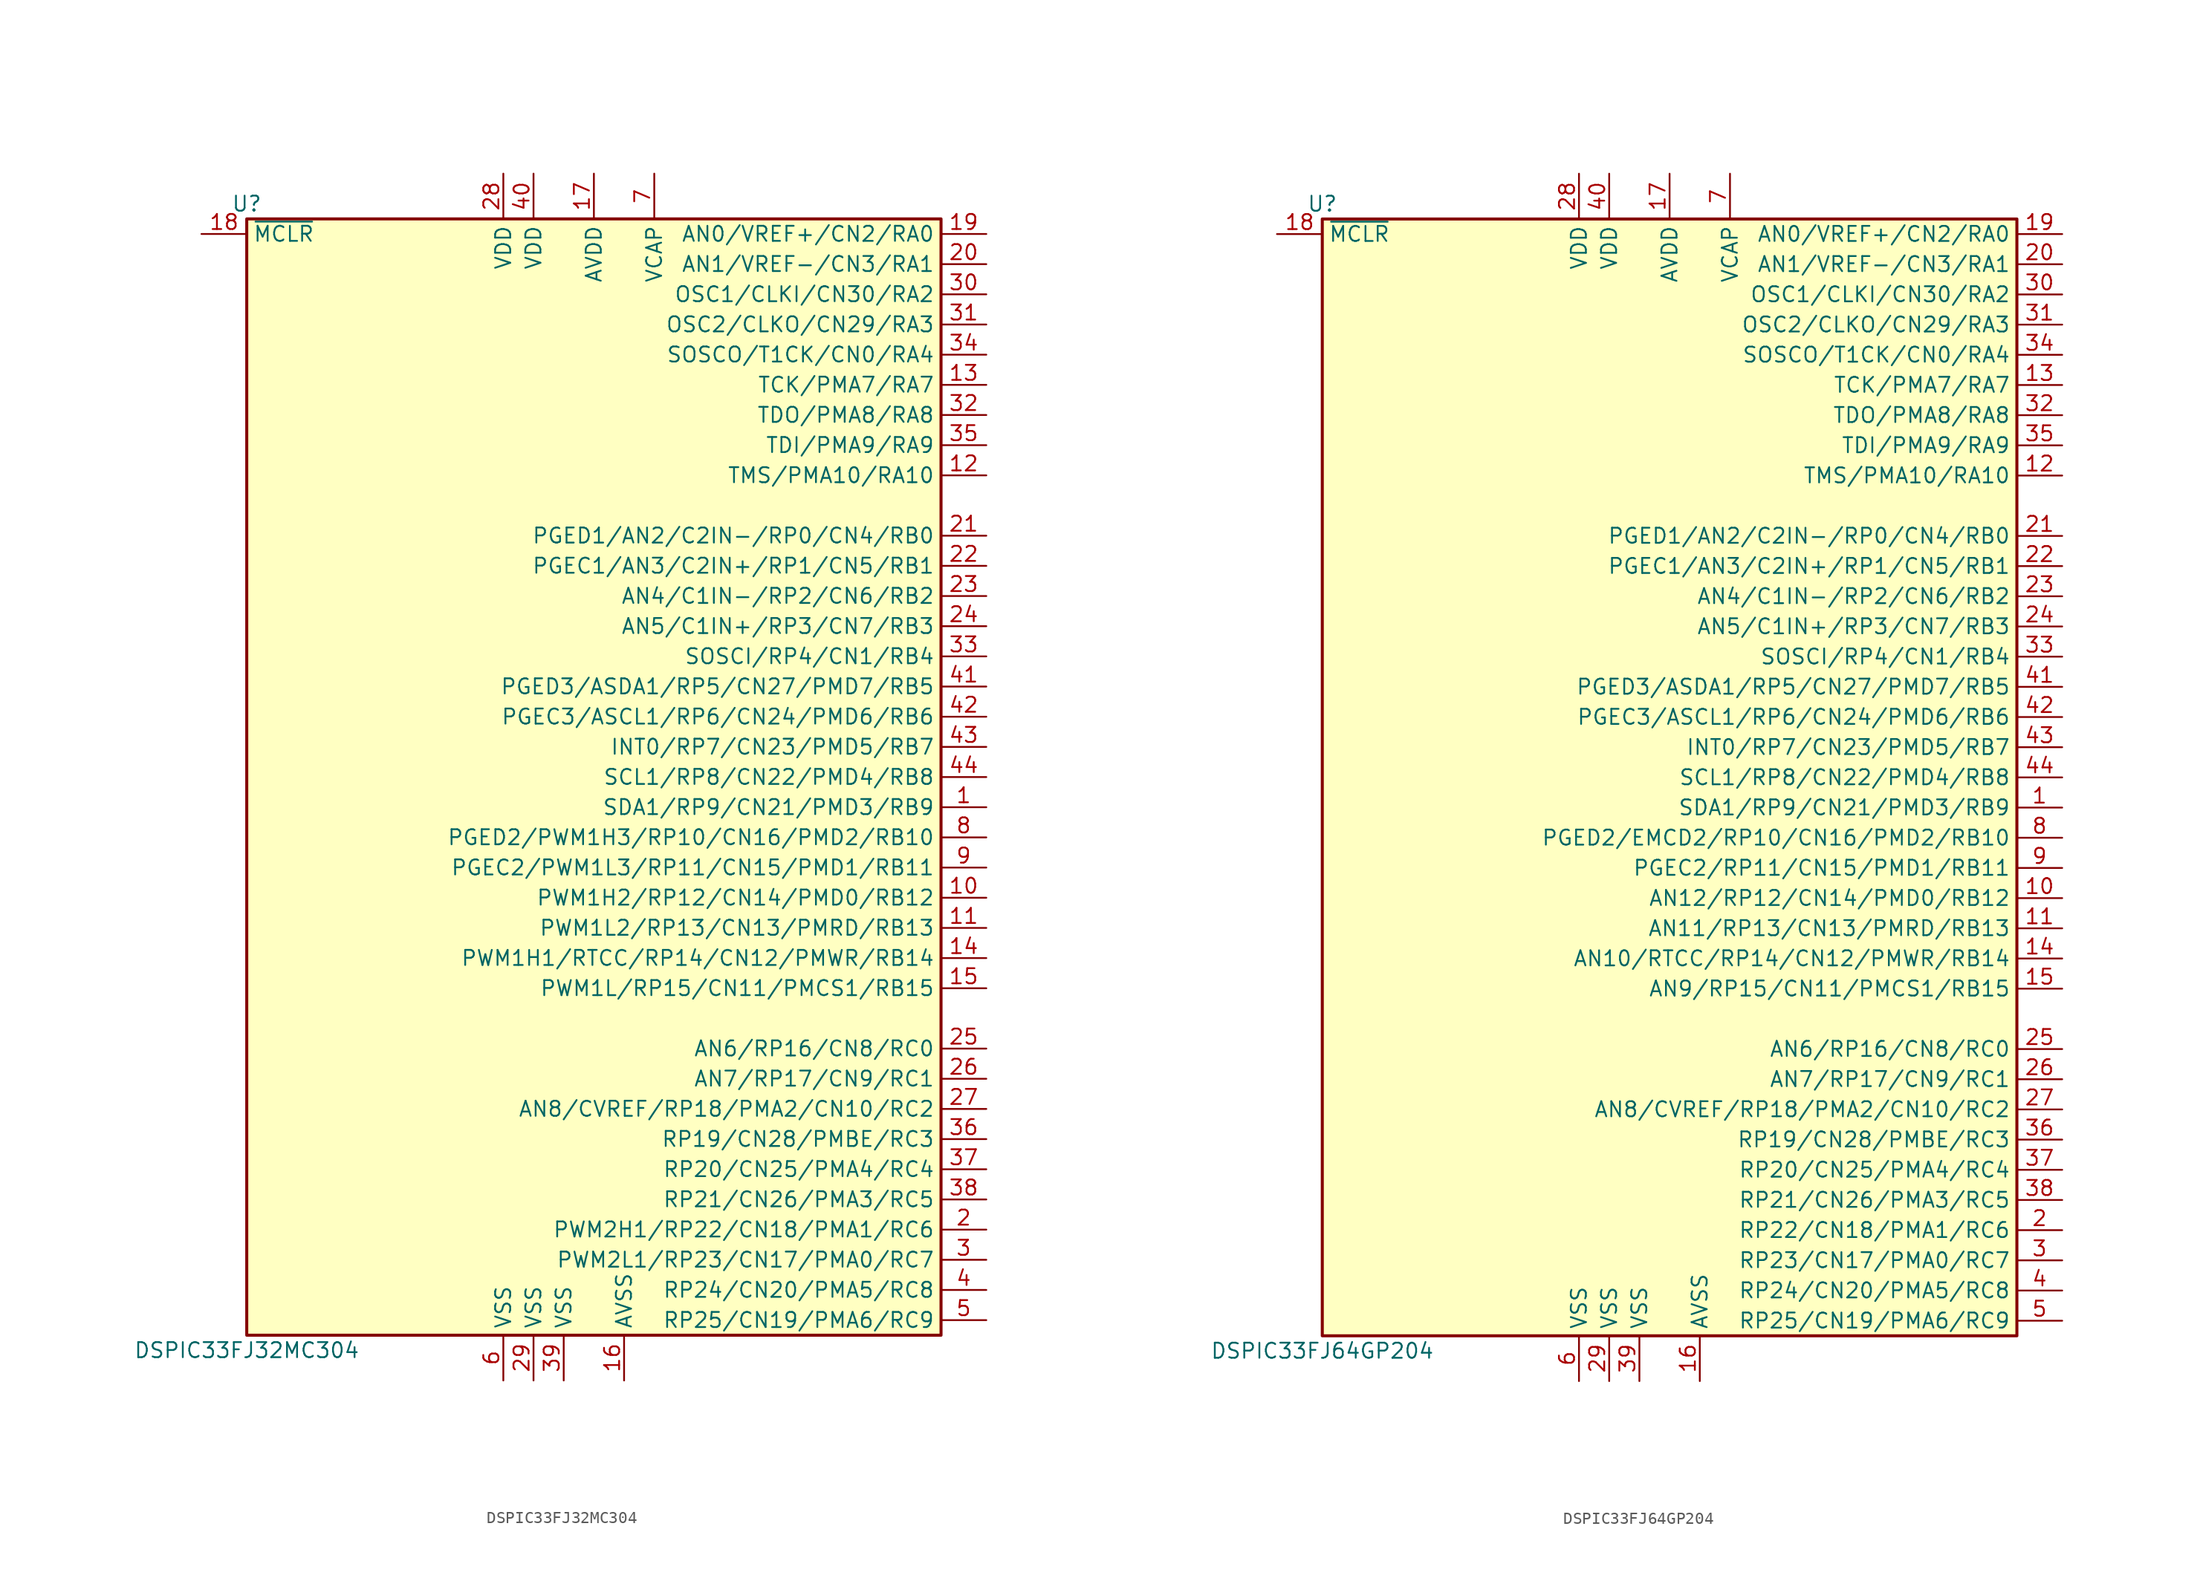
<source format=kicad_sym>
(kicad_symbol_lib
  (version 20200908)
  (generator kicad_symbol_editor)
  (symbol "DSP_Microchip_DSPIC33:DSPIC33FJ32MC304"
    (property "Reference" "U"
      (at -29.21 48.26 0)
      (effects (font (size 1.27 1.27))))
    (property "Value" "DSPIC33FJ32MC304"
      (at -29.21 -48.26 0)
      (effects (font (size 1.27 1.27))))
    (symbol "DSPIC33FJ32MC304_1_1"
      (rectangle (start -29.21 46.99) (end 29.21 -46.99) (stroke (width 0.254)) (fill (type background)))
      (pin bidirectional line (at 33.02 -2.54 180) (length 3.81) (name "SDA1/RP9/CN21/PMD3/RB9" (effects (font (size 1.27 1.27)))) (number "1" (effects (font (size 1.27 1.27)))))
      (pin bidirectional line (at 33.02 -10.16 180) (length 3.81) (name "PWM1H2/RP12/CN14/PMD0/RB12" (effects (font (size 1.27 1.27)))) (number "10" (effects (font (size 1.27 1.27)))))
      (pin bidirectional line (at 33.02 -12.7 180) (length 3.81) (name "PWM1L2/RP13/CN13/PMRD/RB13" (effects (font (size 1.27 1.27)))) (number "11" (effects (font (size 1.27 1.27)))))
      (pin bidirectional line (at 33.02 25.4 180) (length 3.81) (name "TMS/PMA10/RA10" (effects (font (size 1.27 1.27)))) (number "12" (effects (font (size 1.27 1.27)))))
      (pin bidirectional line (at 33.02 33.02 180) (length 3.81) (name "TCK/PMA7/RA7" (effects (font (size 1.27 1.27)))) (number "13" (effects (font (size 1.27 1.27)))))
      (pin bidirectional line (at 33.02 -15.24 180) (length 3.81) (name "PWM1H1/RTCC/RP14/CN12/PMWR/RB14" (effects (font (size 1.27 1.27)))) (number "14" (effects (font (size 1.27 1.27)))))
      (pin bidirectional line (at 33.02 -17.78 180) (length 3.81) (name "PWM1L/RP15/CN11/PMCS1/RB15" (effects (font (size 1.27 1.27)))) (number "15" (effects (font (size 1.27 1.27)))))
      (pin power_in line (at 2.54 -50.8 90) (length 3.81) (name "AVSS" (effects (font (size 1.27 1.27)))) (number "16" (effects (font (size 1.27 1.27)))))
      (pin power_in line (at 0 50.8 270) (length 3.81) (name "AVDD" (effects (font (size 1.27 1.27)))) (number "17" (effects (font (size 1.27 1.27)))))
      (pin input line (at -33.02 45.72 0) (length 3.81) (name "~MCLR" (effects (font (size 1.27 1.27)))) (number "18" (effects (font (size 1.27 1.27)))))
      (pin bidirectional line (at 33.02 45.72 180) (length 3.81) (name "AN0/VREF+/CN2/RA0" (effects (font (size 1.27 1.27)))) (number "19" (effects (font (size 1.27 1.27)))))
      (pin bidirectional line (at 33.02 -38.1 180) (length 3.81) (name "PWM2H1/RP22/CN18/PMA1/RC6" (effects (font (size 1.27 1.27)))) (number "2" (effects (font (size 1.27 1.27)))))
      (pin bidirectional line (at 33.02 43.18 180) (length 3.81) (name "AN1/VREF-/CN3/RA1" (effects (font (size 1.27 1.27)))) (number "20" (effects (font (size 1.27 1.27)))))
      (pin bidirectional line (at 33.02 20.32 180) (length 3.81) (name "PGED1/AN2/C2IN-/RP0/CN4/RB0" (effects (font (size 1.27 1.27)))) (number "21" (effects (font (size 1.27 1.27)))))
      (pin bidirectional line (at 33.02 17.78 180) (length 3.81) (name "PGEC1/AN3/C2IN+/RP1/CN5/RB1" (effects (font (size 1.27 1.27)))) (number "22" (effects (font (size 1.27 1.27)))))
      (pin bidirectional line (at 33.02 15.24 180) (length 3.81) (name "AN4/C1IN-/RP2/CN6/RB2" (effects (font (size 1.27 1.27)))) (number "23" (effects (font (size 1.27 1.27)))))
      (pin bidirectional line (at 33.02 12.7 180) (length 3.81) (name "AN5/C1IN+/RP3/CN7/RB3" (effects (font (size 1.27 1.27)))) (number "24" (effects (font (size 1.27 1.27)))))
      (pin bidirectional line (at 33.02 -22.86 180) (length 3.81) (name "AN6/RP16/CN8/RC0" (effects (font (size 1.27 1.27)))) (number "25" (effects (font (size 1.27 1.27)))))
      (pin bidirectional line (at 33.02 -25.4 180) (length 3.81) (name "AN7/RP17/CN9/RC1" (effects (font (size 1.27 1.27)))) (number "26" (effects (font (size 1.27 1.27)))))
      (pin bidirectional line (at 33.02 -27.94 180) (length 3.81) (name "AN8/CVREF/RP18/PMA2/CN10/RC2" (effects (font (size 1.27 1.27)))) (number "27" (effects (font (size 1.27 1.27)))))
      (pin power_in line (at -7.62 50.8 270) (length 3.81) (name "VDD" (effects (font (size 1.27 1.27)))) (number "28" (effects (font (size 1.27 1.27)))))
      (pin power_in line (at -5.08 -50.8 90) (length 3.81) (name "VSS" (effects (font (size 1.27 1.27)))) (number "29" (effects (font (size 1.27 1.27)))))
      (pin bidirectional line (at 33.02 -40.64 180) (length 3.81) (name "PWM2L1/RP23/CN17/PMA0/RC7" (effects (font (size 1.27 1.27)))) (number "3" (effects (font (size 1.27 1.27)))))
      (pin input line (at 33.02 40.64 180) (length 3.81) (name "OSC1/CLKI/CN30/RA2" (effects (font (size 1.27 1.27)))) (number "30" (effects (font (size 1.27 1.27)))))
      (pin input line (at 33.02 38.1 180) (length 3.81) (name "OSC2/CLKO/CN29/RA3" (effects (font (size 1.27 1.27)))) (number "31" (effects (font (size 1.27 1.27)))))
      (pin input line (at 33.02 30.48 180) (length 3.81) (name "TDO/PMA8/RA8" (effects (font (size 1.27 1.27)))) (number "32" (effects (font (size 1.27 1.27)))))
      (pin input line (at 33.02 10.16 180) (length 3.81) (name "SOSCI/RP4/CN1/RB4" (effects (font (size 1.27 1.27)))) (number "33" (effects (font (size 1.27 1.27)))))
      (pin input line (at 33.02 35.56 180) (length 3.81) (name "SOSCO/T1CK/CN0/RA4" (effects (font (size 1.27 1.27)))) (number "34" (effects (font (size 1.27 1.27)))))
      (pin input line (at 33.02 27.94 180) (length 3.81) (name "TDI/PMA9/RA9" (effects (font (size 1.27 1.27)))) (number "35" (effects (font (size 1.27 1.27)))))
      (pin input line (at 33.02 -30.48 180) (length 3.81) (name "RP19/CN28/PMBE/RC3" (effects (font (size 1.27 1.27)))) (number "36" (effects (font (size 1.27 1.27)))))
      (pin input line (at 33.02 -33.02 180) (length 3.81) (name "RP20/CN25/PMA4/RC4" (effects (font (size 1.27 1.27)))) (number "37" (effects (font (size 1.27 1.27)))))
      (pin input line (at 33.02 -35.56 180) (length 3.81) (name "RP21/CN26/PMA3/RC5" (effects (font (size 1.27 1.27)))) (number "38" (effects (font (size 1.27 1.27)))))
      (pin power_in line (at -2.54 -50.8 90) (length 3.81) (name "VSS" (effects (font (size 1.27 1.27)))) (number "39" (effects (font (size 1.27 1.27)))))
      (pin bidirectional line (at 33.02 -43.18 180) (length 3.81) (name "RP24/CN20/PMA5/RC8" (effects (font (size 1.27 1.27)))) (number "4" (effects (font (size 1.27 1.27)))))
      (pin power_in line (at -5.08 50.8 270) (length 3.81) (name "VDD" (effects (font (size 1.27 1.27)))) (number "40" (effects (font (size 1.27 1.27)))))
      (pin input line (at 33.02 7.62 180) (length 3.81) (name "PGED3/ASDA1/RP5/CN27/PMD7/RB5" (effects (font (size 1.27 1.27)))) (number "41" (effects (font (size 1.27 1.27)))))
      (pin input line (at 33.02 5.08 180) (length 3.81) (name "PGEC3/ASCL1/RP6/CN24/PMD6/RB6" (effects (font (size 1.27 1.27)))) (number "42" (effects (font (size 1.27 1.27)))))
      (pin input line (at 33.02 2.54 180) (length 3.81) (name "INT0/RP7/CN23/PMD5/RB7" (effects (font (size 1.27 1.27)))) (number "43" (effects (font (size 1.27 1.27)))))
      (pin input line (at 33.02 0 180) (length 3.81) (name "SCL1/RP8/CN22/PMD4/RB8" (effects (font (size 1.27 1.27)))) (number "44" (effects (font (size 1.27 1.27)))))
      (pin bidirectional line (at 33.02 -45.72 180) (length 3.81) (name "RP25/CN19/PMA6/RC9" (effects (font (size 1.27 1.27)))) (number "5" (effects (font (size 1.27 1.27)))))
      (pin power_in line (at -7.62 -50.8 90) (length 3.81) (name "VSS" (effects (font (size 1.27 1.27)))) (number "6" (effects (font (size 1.27 1.27)))))
      (pin power_in line (at 5.08 50.8 270) (length 3.81) (name "VCAP" (effects (font (size 1.27 1.27)))) (number "7" (effects (font (size 1.27 1.27)))))
      (pin bidirectional line (at 33.02 -5.08 180) (length 3.81) (name "PGED2/PWM1H3/RP10/CN16/PMD2/RB10" (effects (font (size 1.27 1.27)))) (number "8" (effects (font (size 1.27 1.27)))))
      (pin bidirectional line (at 33.02 -7.62 180) (length 3.81) (name "PGEC2/PWM1L3/RP11/CN15/PMD1/RB11" (effects (font (size 1.27 1.27)))) (number "9" (effects (font (size 1.27 1.27)))))))
  (symbol "DSP_Microchip_DSPIC33:DSPIC33FJ64GP204"
    (property "Reference" "U"
      (at -29.21 48.26 0)
      (effects (font (size 1.27 1.27))))
    (property "Value" "DSPIC33FJ64GP204"
      (at -29.21 -48.26 0)
      (effects (font (size 1.27 1.27))))
    (symbol "DSPIC33FJ64GP204_1_1"
      (rectangle (start -29.21 46.99) (end 29.21 -46.99) (stroke (width 0.254)) (fill (type background)))
      (pin bidirectional line (at 33.02 -2.54 180) (length 3.81) (name "SDA1/RP9/CN21/PMD3/RB9" (effects (font (size 1.27 1.27)))) (number "1" (effects (font (size 1.27 1.27)))))
      (pin bidirectional line (at 33.02 -10.16 180) (length 3.81) (name "AN12/RP12/CN14/PMD0/RB12" (effects (font (size 1.27 1.27)))) (number "10" (effects (font (size 1.27 1.27)))))
      (pin bidirectional line (at 33.02 -12.7 180) (length 3.81) (name "AN11/RP13/CN13/PMRD/RB13" (effects (font (size 1.27 1.27)))) (number "11" (effects (font (size 1.27 1.27)))))
      (pin bidirectional line (at 33.02 25.4 180) (length 3.81) (name "TMS/PMA10/RA10" (effects (font (size 1.27 1.27)))) (number "12" (effects (font (size 1.27 1.27)))))
      (pin bidirectional line (at 33.02 33.02 180) (length 3.81) (name "TCK/PMA7/RA7" (effects (font (size 1.27 1.27)))) (number "13" (effects (font (size 1.27 1.27)))))
      (pin bidirectional line (at 33.02 -15.24 180) (length 3.81) (name "AN10/RTCC/RP14/CN12/PMWR/RB14" (effects (font (size 1.27 1.27)))) (number "14" (effects (font (size 1.27 1.27)))))
      (pin bidirectional line (at 33.02 -17.78 180) (length 3.81) (name "AN9/RP15/CN11/PMCS1/RB15" (effects (font (size 1.27 1.27)))) (number "15" (effects (font (size 1.27 1.27)))))
      (pin power_in line (at 2.54 -50.8 90) (length 3.81) (name "AVSS" (effects (font (size 1.27 1.27)))) (number "16" (effects (font (size 1.27 1.27)))))
      (pin power_in line (at 0 50.8 270) (length 3.81) (name "AVDD" (effects (font (size 1.27 1.27)))) (number "17" (effects (font (size 1.27 1.27)))))
      (pin input line (at -33.02 45.72 0) (length 3.81) (name "~MCLR" (effects (font (size 1.27 1.27)))) (number "18" (effects (font (size 1.27 1.27)))))
      (pin bidirectional line (at 33.02 45.72 180) (length 3.81) (name "AN0/VREF+/CN2/RA0" (effects (font (size 1.27 1.27)))) (number "19" (effects (font (size 1.27 1.27)))))
      (pin bidirectional line (at 33.02 -38.1 180) (length 3.81) (name "RP22/CN18/PMA1/RC6" (effects (font (size 1.27 1.27)))) (number "2" (effects (font (size 1.27 1.27)))))
      (pin bidirectional line (at 33.02 43.18 180) (length 3.81) (name "AN1/VREF-/CN3/RA1" (effects (font (size 1.27 1.27)))) (number "20" (effects (font (size 1.27 1.27)))))
      (pin bidirectional line (at 33.02 20.32 180) (length 3.81) (name "PGED1/AN2/C2IN-/RP0/CN4/RB0" (effects (font (size 1.27 1.27)))) (number "21" (effects (font (size 1.27 1.27)))))
      (pin bidirectional line (at 33.02 17.78 180) (length 3.81) (name "PGEC1/AN3/C2IN+/RP1/CN5/RB1" (effects (font (size 1.27 1.27)))) (number "22" (effects (font (size 1.27 1.27)))))
      (pin bidirectional line (at 33.02 15.24 180) (length 3.81) (name "AN4/C1IN-/RP2/CN6/RB2" (effects (font (size 1.27 1.27)))) (number "23" (effects (font (size 1.27 1.27)))))
      (pin bidirectional line (at 33.02 12.7 180) (length 3.81) (name "AN5/C1IN+/RP3/CN7/RB3" (effects (font (size 1.27 1.27)))) (number "24" (effects (font (size 1.27 1.27)))))
      (pin bidirectional line (at 33.02 -22.86 180) (length 3.81) (name "AN6/RP16/CN8/RC0" (effects (font (size 1.27 1.27)))) (number "25" (effects (font (size 1.27 1.27)))))
      (pin bidirectional line (at 33.02 -25.4 180) (length 3.81) (name "AN7/RP17/CN9/RC1" (effects (font (size 1.27 1.27)))) (number "26" (effects (font (size 1.27 1.27)))))
      (pin bidirectional line (at 33.02 -27.94 180) (length 3.81) (name "AN8/CVREF/RP18/PMA2/CN10/RC2" (effects (font (size 1.27 1.27)))) (number "27" (effects (font (size 1.27 1.27)))))
      (pin power_in line (at -7.62 50.8 270) (length 3.81) (name "VDD" (effects (font (size 1.27 1.27)))) (number "28" (effects (font (size 1.27 1.27)))))
      (pin power_in line (at -5.08 -50.8 90) (length 3.81) (name "VSS" (effects (font (size 1.27 1.27)))) (number "29" (effects (font (size 1.27 1.27)))))
      (pin bidirectional line (at 33.02 -40.64 180) (length 3.81) (name "RP23/CN17/PMA0/RC7" (effects (font (size 1.27 1.27)))) (number "3" (effects (font (size 1.27 1.27)))))
      (pin input line (at 33.02 40.64 180) (length 3.81) (name "OSC1/CLKI/CN30/RA2" (effects (font (size 1.27 1.27)))) (number "30" (effects (font (size 1.27 1.27)))))
      (pin input line (at 33.02 38.1 180) (length 3.81) (name "OSC2/CLKO/CN29/RA3" (effects (font (size 1.27 1.27)))) (number "31" (effects (font (size 1.27 1.27)))))
      (pin input line (at 33.02 30.48 180) (length 3.81) (name "TDO/PMA8/RA8" (effects (font (size 1.27 1.27)))) (number "32" (effects (font (size 1.27 1.27)))))
      (pin input line (at 33.02 10.16 180) (length 3.81) (name "SOSCI/RP4/CN1/RB4" (effects (font (size 1.27 1.27)))) (number "33" (effects (font (size 1.27 1.27)))))
      (pin input line (at 33.02 35.56 180) (length 3.81) (name "SOSCO/T1CK/CN0/RA4" (effects (font (size 1.27 1.27)))) (number "34" (effects (font (size 1.27 1.27)))))
      (pin input line (at 33.02 27.94 180) (length 3.81) (name "TDI/PMA9/RA9" (effects (font (size 1.27 1.27)))) (number "35" (effects (font (size 1.27 1.27)))))
      (pin input line (at 33.02 -30.48 180) (length 3.81) (name "RP19/CN28/PMBE/RC3" (effects (font (size 1.27 1.27)))) (number "36" (effects (font (size 1.27 1.27)))))
      (pin input line (at 33.02 -33.02 180) (length 3.81) (name "RP20/CN25/PMA4/RC4" (effects (font (size 1.27 1.27)))) (number "37" (effects (font (size 1.27 1.27)))))
      (pin input line (at 33.02 -35.56 180) (length 3.81) (name "RP21/CN26/PMA3/RC5" (effects (font (size 1.27 1.27)))) (number "38" (effects (font (size 1.27 1.27)))))
      (pin power_in line (at -2.54 -50.8 90) (length 3.81) (name "VSS" (effects (font (size 1.27 1.27)))) (number "39" (effects (font (size 1.27 1.27)))))
      (pin bidirectional line (at 33.02 -43.18 180) (length 3.81) (name "RP24/CN20/PMA5/RC8" (effects (font (size 1.27 1.27)))) (number "4" (effects (font (size 1.27 1.27)))))
      (pin power_in line (at -5.08 50.8 270) (length 3.81) (name "VDD" (effects (font (size 1.27 1.27)))) (number "40" (effects (font (size 1.27 1.27)))))
      (pin input line (at 33.02 7.62 180) (length 3.81) (name "PGED3/ASDA1/RP5/CN27/PMD7/RB5" (effects (font (size 1.27 1.27)))) (number "41" (effects (font (size 1.27 1.27)))))
      (pin input line (at 33.02 5.08 180) (length 3.81) (name "PGEC3/ASCL1/RP6/CN24/PMD6/RB6" (effects (font (size 1.27 1.27)))) (number "42" (effects (font (size 1.27 1.27)))))
      (pin input line (at 33.02 2.54 180) (length 3.81) (name "INT0/RP7/CN23/PMD5/RB7" (effects (font (size 1.27 1.27)))) (number "43" (effects (font (size 1.27 1.27)))))
      (pin input line (at 33.02 0 180) (length 3.81) (name "SCL1/RP8/CN22/PMD4/RB8" (effects (font (size 1.27 1.27)))) (number "44" (effects (font (size 1.27 1.27)))))
      (pin bidirectional line (at 33.02 -45.72 180) (length 3.81) (name "RP25/CN19/PMA6/RC9" (effects (font (size 1.27 1.27)))) (number "5" (effects (font (size 1.27 1.27)))))
      (pin power_in line (at -7.62 -50.8 90) (length 3.81) (name "VSS" (effects (font (size 1.27 1.27)))) (number "6" (effects (font (size 1.27 1.27)))))
      (pin power_in line (at 5.08 50.8 270) (length 3.81) (name "VCAP" (effects (font (size 1.27 1.27)))) (number "7" (effects (font (size 1.27 1.27)))))
      (pin bidirectional line (at 33.02 -5.08 180) (length 3.81) (name "PGED2/EMCD2/RP10/CN16/PMD2/RB10" (effects (font (size 1.27 1.27)))) (number "8" (effects (font (size 1.27 1.27)))))
      (pin bidirectional line (at 33.02 -7.62 180) (length 3.81) (name "PGEC2/RP11/CN15/PMD1/RB11" (effects (font (size 1.27 1.27)))) (number "9" (effects (font (size 1.27 1.27))))))))
</source>
